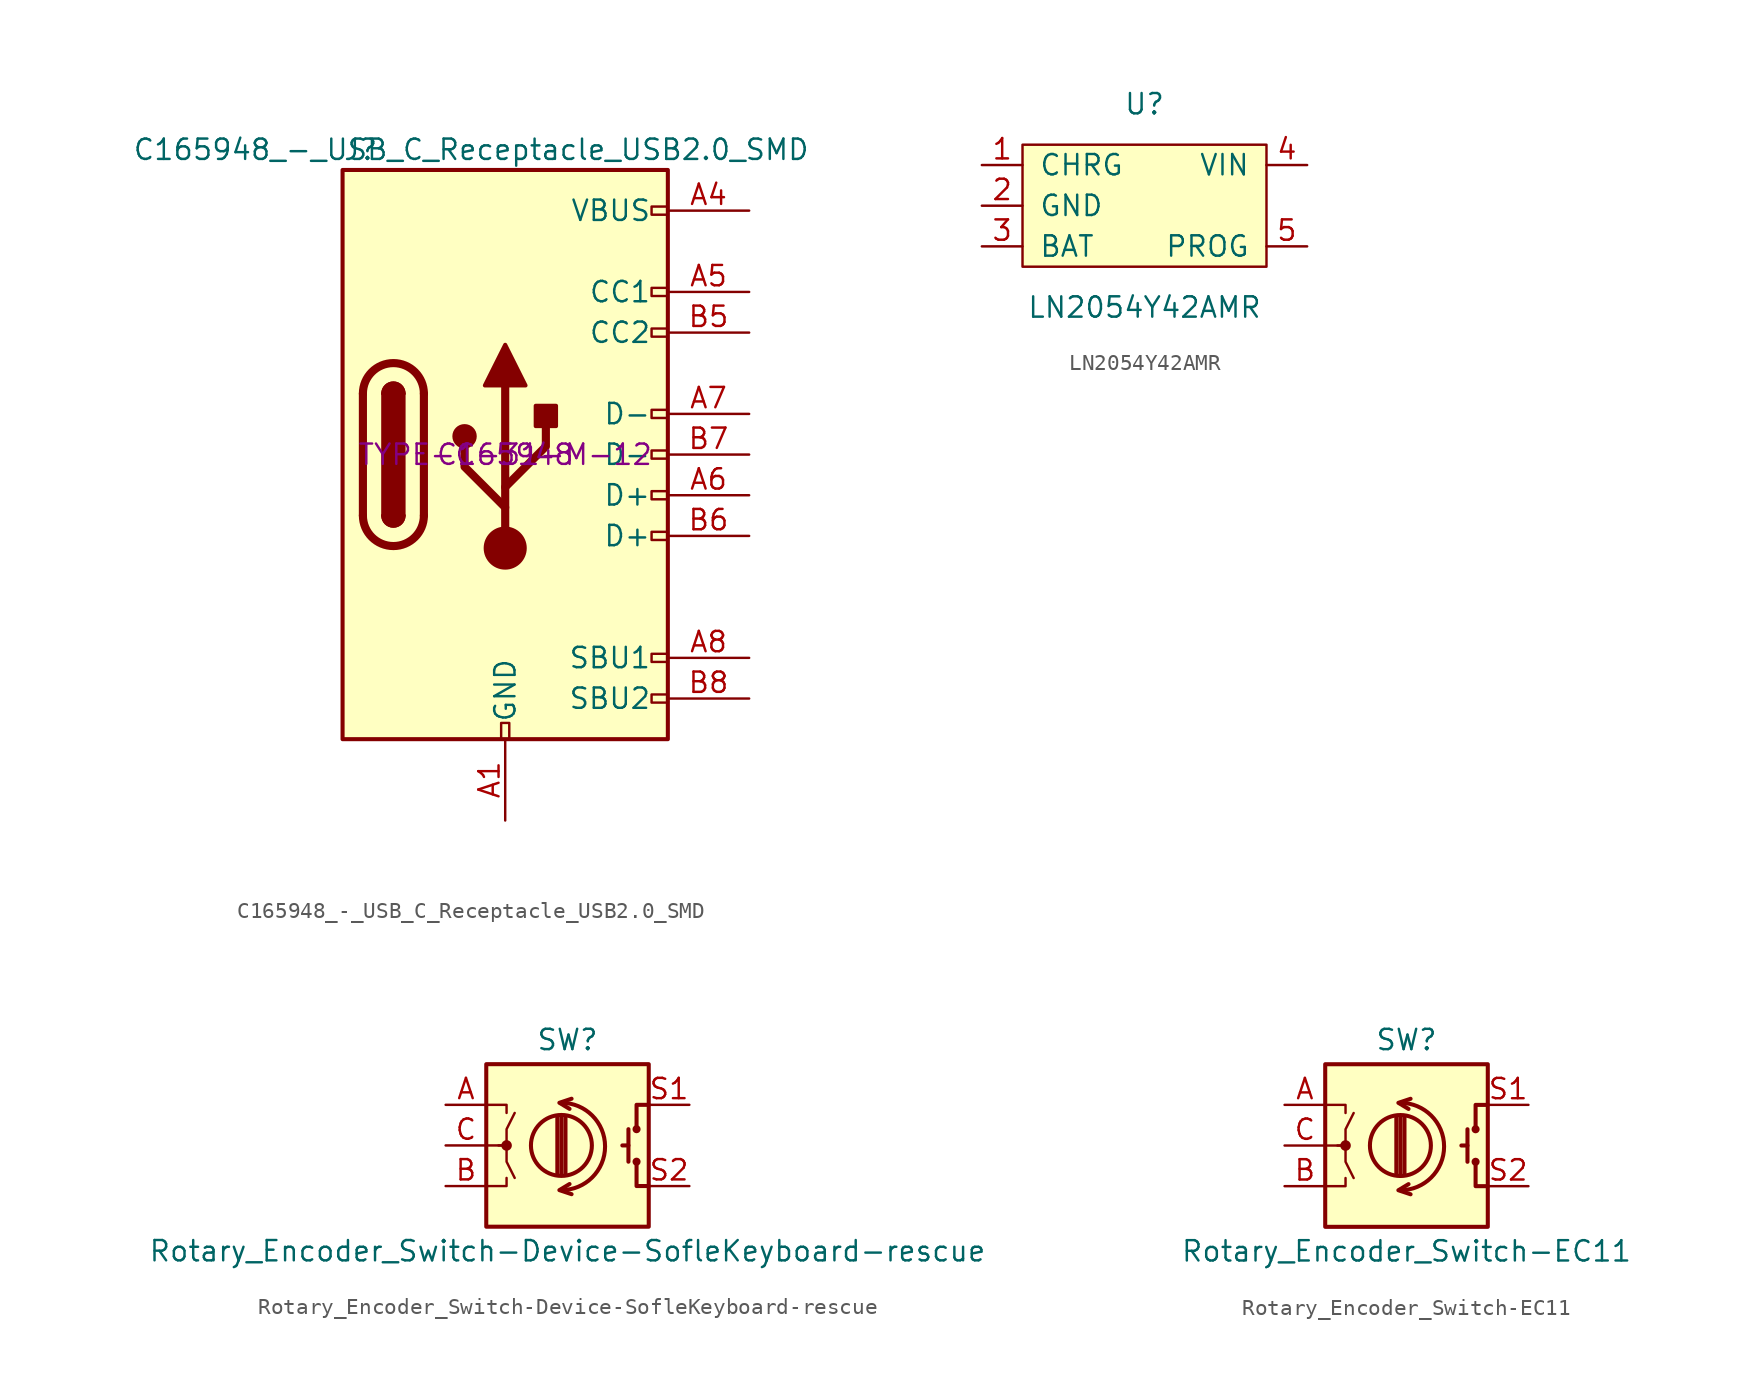
<source format=kicad_sym>
(kicad_symbol_lib
  (version 20211014)
  (generator kicad_symbol_editor)
  (symbol "C165948_-_USB_C_Receptacle_USB2.0_SMD"
    (pin_names
      (offset 1.016))
    (property "Reference" "J"
      (at -10.16 19.05 0)
      (effects (font (size 1.27 1.27)) (justify left)))
    (property "Value" "C165948_-_USB_C_Receptacle_USB2.0_SMD"
      (at 19.05 19.05 0)
      (effects (font (size 1.27 1.27)) (justify right)))
    (property "Manufacturer PN" "TYPE-C-31-M-12"
      (at 0 0 0)
      (effects (font (size 1.27 1.27))))
    (property "LCSC PN" "C165948"
      (at 0 0 0)
      (effects (font (size 1.27 1.27))))
    (symbol "C165948_-_USB_C_Receptacle_USB2.0_SMD_0_0"
      (rectangle (start -0.254 -17.78) (end 0.254 -16.764) (stroke (width 0) (type default) (color 0 0 0 0)) (fill (type none)))
      (rectangle (start 10.16 -14.986) (end 9.144 -15.494) (stroke (width 0) (type default) (color 0 0 0 0)) (fill (type none)))
      (rectangle (start 10.16 -12.446) (end 9.144 -12.954) (stroke (width 0) (type default) (color 0 0 0 0)) (fill (type none)))
      (rectangle (start 10.16 -4.826) (end 9.144 -5.334) (stroke (width 0) (type default) (color 0 0 0 0)) (fill (type none)))
      (rectangle (start 10.16 -2.286) (end 9.144 -2.794) (stroke (width 0) (type default) (color 0 0 0 0)) (fill (type none)))
      (rectangle (start 10.16 0.254) (end 9.144 -0.254) (stroke (width 0) (type default) (color 0 0 0 0)) (fill (type none)))
      (rectangle (start 10.16 2.794) (end 9.144 2.286) (stroke (width 0) (type default) (color 0 0 0 0)) (fill (type none)))
      (rectangle (start 10.16 7.874) (end 9.144 7.366) (stroke (width 0) (type default) (color 0 0 0 0)) (fill (type none)))
      (rectangle (start 10.16 10.414) (end 9.144 9.906) (stroke (width 0) (type default) (color 0 0 0 0)) (fill (type none)))
      (rectangle (start 10.16 15.494) (end 9.144 14.986) (stroke (width 0) (type default) (color 0 0 0 0)) (fill (type none))))
    (symbol "C165948_-_USB_C_Receptacle_USB2.0_SMD_0_1"
      (rectangle (start -10.16 17.78) (end 10.16 -17.78) (stroke (width 0.254) (type default) (color 0 0 0 0)) (fill (type background)))
      (arc (start -8.89 -3.81) (mid -6.985 -5.715) (end -5.08 -3.81) (stroke (width 0.508) (type default) (color 0 0 0 0)) (fill (type none)))
      (arc (start -7.62 -3.81) (mid -6.985 -4.445) (end -6.35 -3.81) (stroke (width 0.254) (type default) (color 0 0 0 0)) (fill (type none)))
      (arc (start -7.62 -3.81) (mid -6.985 -4.445) (end -6.35 -3.81) (stroke (width 0.254) (type default) (color 0 0 0 0)) (fill (type outline)))
      (rectangle (start -7.62 -3.81) (end -6.35 3.81) (stroke (width 0.254) (type default) (color 0 0 0 0)) (fill (type outline)))
      (arc (start -6.35 3.81) (mid -6.985 4.445) (end -7.62 3.81) (stroke (width 0.254) (type default) (color 0 0 0 0)) (fill (type none)))
      (arc (start -6.35 3.81) (mid -6.985 4.445) (end -7.62 3.81) (stroke (width 0.254) (type default) (color 0 0 0 0)) (fill (type outline)))
      (arc (start -5.08 3.81) (mid -6.985 5.715) (end -8.89 3.81) (stroke (width 0.508) (type default) (color 0 0 0 0)) (fill (type none)))
      (circle (center -2.54 1.143) (radius 0.635) (stroke (width 0.254) (type default) (color 0 0 0 0)) (fill (type outline)))
      (circle (center 0 -5.842) (radius 1.27) (stroke (width 0) (type default) (color 0 0 0 0)) (fill (type outline)))
      (polyline (pts (xy -8.89 -3.81) (xy -8.89 3.81)) (stroke (width 0.508) (type default) (color 0 0 0 0)) (fill (type none)))
      (polyline (pts (xy -5.08 3.81) (xy -5.08 -3.81)) (stroke (width 0.508) (type default) (color 0 0 0 0)) (fill (type none)))
      (polyline (pts (xy 0 -5.842) (xy 0 4.318)) (stroke (width 0.508) (type default) (color 0 0 0 0)) (fill (type none)))
      (polyline (pts (xy 0 -3.302) (xy -2.54 -0.762) (xy -2.54 0.508)) (stroke (width 0.508) (type default) (color 0 0 0 0)) (fill (type none)))
      (polyline (pts (xy 0 -2.032) (xy 2.54 0.508) (xy 2.54 1.778)) (stroke (width 0.508) (type default) (color 0 0 0 0)) (fill (type none)))
      (polyline (pts (xy -1.27 4.318) (xy 0 6.858) (xy 1.27 4.318) (xy -1.27 4.318)) (stroke (width 0.254) (type default) (color 0 0 0 0)) (fill (type outline)))
      (rectangle (start 1.905 1.778) (end 3.175 3.048) (stroke (width 0.254) (type default) (color 0 0 0 0)) (fill (type outline))))
    (symbol "C165948_-_USB_C_Receptacle_USB2.0_SMD_1_1"
      (pin passive line (at 0 -22.86 90) (length 5.08) (name "GND" (effects (font (size 1.27 1.27)))) (number "A1" (effects (font (size 1.27 1.27)))))
      (pin passive line (at 0 -22.86 90) (length 5.08) hide (name "GND" (effects (font (size 1.27 1.27)))) (number "A12" (effects (font (size 1.27 1.27)))))
      (pin passive line (at 15.24 15.24 180) (length 5.08) (name "VBUS" (effects (font (size 1.27 1.27)))) (number "A4" (effects (font (size 1.27 1.27)))))
      (pin bidirectional line (at 15.24 10.16 180) (length 5.08) (name "CC1" (effects (font (size 1.27 1.27)))) (number "A5" (effects (font (size 1.27 1.27)))))
      (pin bidirectional line (at 15.24 -2.54 180) (length 5.08) (name "D+" (effects (font (size 1.27 1.27)))) (number "A6" (effects (font (size 1.27 1.27)))))
      (pin bidirectional line (at 15.24 2.54 180) (length 5.08) (name "D-" (effects (font (size 1.27 1.27)))) (number "A7" (effects (font (size 1.27 1.27)))))
      (pin bidirectional line (at 15.24 -12.7 180) (length 5.08) (name "SBU1" (effects (font (size 1.27 1.27)))) (number "A8" (effects (font (size 1.27 1.27)))))
      (pin passive line (at 15.24 15.24 180) (length 5.08) hide (name "VBUS" (effects (font (size 1.27 1.27)))) (number "A9" (effects (font (size 1.27 1.27)))))
      (pin passive line (at 0 -22.86 90) (length 5.08) hide (name "GND" (effects (font (size 1.27 1.27)))) (number "B1" (effects (font (size 1.27 1.27)))))
      (pin passive line (at 0 -22.86 90) (length 5.08) hide (name "GND" (effects (font (size 1.27 1.27)))) (number "B12" (effects (font (size 1.27 1.27)))))
      (pin passive line (at 15.24 15.24 180) (length 5.08) hide (name "VBUS" (effects (font (size 1.27 1.27)))) (number "B4" (effects (font (size 1.27 1.27)))))
      (pin bidirectional line (at 15.24 7.62 180) (length 5.08) (name "CC2" (effects (font (size 1.27 1.27)))) (number "B5" (effects (font (size 1.27 1.27)))))
      (pin bidirectional line (at 15.24 -5.08 180) (length 5.08) (name "D+" (effects (font (size 1.27 1.27)))) (number "B6" (effects (font (size 1.27 1.27)))))
      (pin bidirectional line (at 15.24 0 180) (length 5.08) (name "D-" (effects (font (size 1.27 1.27)))) (number "B7" (effects (font (size 1.27 1.27)))))
      (pin bidirectional line (at 15.24 -15.24 180) (length 5.08) (name "SBU2" (effects (font (size 1.27 1.27)))) (number "B8" (effects (font (size 1.27 1.27)))))
      (pin passive line (at 15.24 15.24 180) (length 5.08) hide (name "VBUS" (effects (font (size 1.27 1.27)))) (number "B9" (effects (font (size 1.27 1.27)))))))
  (symbol "LN2054Y42AMR"
    (pin_names
      (offset 1.016))
    (property "Reference" "U"
      (at 0 6.35 0)
      (effects (font (size 1.27 1.27))))
    (property "Value" "LN2054Y42AMR"
      (at 0 -6.35 0)
      (effects (font (size 1.27 1.27))))
    (symbol "LN2054Y42AMR_0_1"
      (rectangle (start 7.62 -3.81) (end -7.62 3.81) (stroke (width 0) (type default) (color 0 0 0 0)) (fill (type background))))
    (symbol "LN2054Y42AMR_1_1"
      (pin output line (at -10.16 2.54 0) (length 2.54) (name "CHRG" (effects (font (size 1.27 1.27)))) (number "1" (effects (font (size 1.27 1.27)))))
      (pin power_in line (at -10.16 0 0) (length 2.54) (name "GND" (effects (font (size 1.27 1.27)))) (number "2" (effects (font (size 1.27 1.27)))))
      (pin power_out line (at -10.16 -2.54 0) (length 2.54) (name "BAT" (effects (font (size 1.27 1.27)))) (number "3" (effects (font (size 1.27 1.27)))))
      (pin power_in line (at 10.16 2.54 180) (length 2.54) (name "VIN" (effects (font (size 1.27 1.27)))) (number "4" (effects (font (size 1.27 1.27)))))
      (pin input line (at 10.16 -2.54 180) (length 2.54) (name "PROG" (effects (font (size 1.27 1.27)))) (number "5" (effects (font (size 1.27 1.27)))))))
  (symbol "Rotary_Encoder_Switch-Device-SofleKeyboard-rescue"
    (pin_names
      (offset 0.254) hide)
    (property "Reference" "SW"
      (at 0 6.604 0)
      (effects (font (size 1.27 1.27))))
    (property "Value" "Rotary_Encoder_Switch-Device-SofleKeyboard-rescue"
      (at 0 -6.604 0)
      (effects (font (size 1.27 1.27))))
    (symbol "Rotary_Encoder_Switch-Device-SofleKeyboard-rescue_0_1"
      (rectangle (start -5.08 5.08) (end 5.08 -5.08) (stroke (width 0.254) (type default) (color 0 0 0 0)) (fill (type background)))
      (circle (center -3.81 0) (radius 0.254) (stroke (width 0) (type default) (color 0 0 0 0)) (fill (type outline)))
      (arc (start -0.381 -2.794) (mid 2.3622 -0.0508) (end -0.381 2.667) (stroke (width 0.254) (type default) (color 0 0 0 0)) (fill (type none)))
      (circle (center -0.381 0) (radius 1.905) (stroke (width 0.254) (type default) (color 0 0 0 0)) (fill (type none)))
      (polyline (pts (xy -0.635 -1.778) (xy -0.635 1.778)) (stroke (width 0.254) (type default) (color 0 0 0 0)) (fill (type none)))
      (polyline (pts (xy -0.381 -1.778) (xy -0.381 1.778)) (stroke (width 0.254) (type default) (color 0 0 0 0)) (fill (type none)))
      (polyline (pts (xy -0.127 1.778) (xy -0.127 -1.778)) (stroke (width 0.254) (type default) (color 0 0 0 0)) (fill (type none)))
      (polyline (pts (xy 3.81 0) (xy 3.429 0)) (stroke (width 0.254) (type default) (color 0 0 0 0)) (fill (type none)))
      (polyline (pts (xy 3.81 1.016) (xy 3.81 -1.016)) (stroke (width 0.254) (type default) (color 0 0 0 0)) (fill (type none)))
      (polyline (pts (xy -5.08 -2.54) (xy -3.81 -2.54) (xy -3.81 -2.032)) (stroke (width 0) (type default) (color 0 0 0 0)) (fill (type none)))
      (polyline (pts (xy -5.08 2.54) (xy -3.81 2.54) (xy -3.81 2.032)) (stroke (width 0) (type default) (color 0 0 0 0)) (fill (type none)))
      (polyline (pts (xy 0.254 -3.048) (xy -0.508 -2.794) (xy 0.127 -2.413)) (stroke (width 0.254) (type default) (color 0 0 0 0)) (fill (type none)))
      (polyline (pts (xy 0.254 2.921) (xy -0.508 2.667) (xy 0.127 2.286)) (stroke (width 0.254) (type default) (color 0 0 0 0)) (fill (type none)))
      (polyline (pts (xy 5.08 -2.54) (xy 4.318 -2.54) (xy 4.318 -1.016)) (stroke (width 0.254) (type default) (color 0 0 0 0)) (fill (type none)))
      (polyline (pts (xy 5.08 2.54) (xy 4.318 2.54) (xy 4.318 1.016)) (stroke (width 0.254) (type default) (color 0 0 0 0)) (fill (type none)))
      (polyline (pts (xy -5.08 0) (xy -3.81 0) (xy -3.81 -1.016) (xy -3.302 -2.032)) (stroke (width 0) (type default) (color 0 0 0 0)) (fill (type none)))
      (polyline (pts (xy -4.318 0) (xy -3.81 0) (xy -3.81 1.016) (xy -3.302 2.032)) (stroke (width 0) (type default) (color 0 0 0 0)) (fill (type none)))
      (circle (center 4.318 -1.016) (radius 0.127) (stroke (width 0.254) (type default) (color 0 0 0 0)) (fill (type none)))
      (circle (center 4.318 1.016) (radius 0.127) (stroke (width 0.254) (type default) (color 0 0 0 0)) (fill (type none))))
    (symbol "Rotary_Encoder_Switch-Device-SofleKeyboard-rescue_1_1"
      (pin passive line (at -7.62 2.54 0) (length 2.54) (name "A" (effects (font (size 1.27 1.27)))) (number "A" (effects (font (size 1.27 1.27)))))
      (pin passive line (at -7.62 -2.54 0) (length 2.54) (name "B" (effects (font (size 1.27 1.27)))) (number "B" (effects (font (size 1.27 1.27)))))
      (pin passive line (at -7.62 0 0) (length 2.54) (name "C" (effects (font (size 1.27 1.27)))) (number "C" (effects (font (size 1.27 1.27)))))
      (pin passive line (at 7.62 2.54 180) (length 2.54) (name "S1" (effects (font (size 1.27 1.27)))) (number "S1" (effects (font (size 1.27 1.27)))))
      (pin passive line (at 7.62 -2.54 180) (length 2.54) (name "S2" (effects (font (size 1.27 1.27)))) (number "S2" (effects (font (size 1.27 1.27)))))))
  (symbol "Rotary_Encoder_Switch-EC11"
    (pin_names
      (offset 0.254) hide)
    (property "Reference" "SW"
      (at 0 6.604 0)
      (effects (font (size 1.27 1.27))))
    (property "Value" "Rotary_Encoder_Switch-EC11"
      (at 0 -6.604 0)
      (effects (font (size 1.27 1.27))))
    (symbol "Rotary_Encoder_Switch-EC11_0_1"
      (rectangle (start -5.08 5.08) (end 5.08 -5.08) (stroke (width 0.254) (type default) (color 0 0 0 0)) (fill (type background)))
      (circle (center -3.81 0) (radius 0.254) (stroke (width 0) (type default) (color 0 0 0 0)) (fill (type outline)))
      (arc (start -0.381 -2.794) (mid 2.3622 -0.0508) (end -0.381 2.667) (stroke (width 0.254) (type default) (color 0 0 0 0)) (fill (type none)))
      (circle (center -0.381 0) (radius 1.905) (stroke (width 0.254) (type default) (color 0 0 0 0)) (fill (type none)))
      (polyline (pts (xy -0.635 -1.778) (xy -0.635 1.778)) (stroke (width 0.254) (type default) (color 0 0 0 0)) (fill (type none)))
      (polyline (pts (xy -0.381 -1.778) (xy -0.381 1.778)) (stroke (width 0.254) (type default) (color 0 0 0 0)) (fill (type none)))
      (polyline (pts (xy -0.127 1.778) (xy -0.127 -1.778)) (stroke (width 0.254) (type default) (color 0 0 0 0)) (fill (type none)))
      (polyline (pts (xy 3.81 0) (xy 3.429 0)) (stroke (width 0.254) (type default) (color 0 0 0 0)) (fill (type none)))
      (polyline (pts (xy 3.81 1.016) (xy 3.81 -1.016)) (stroke (width 0.254) (type default) (color 0 0 0 0)) (fill (type none)))
      (polyline (pts (xy -5.08 -2.54) (xy -3.81 -2.54) (xy -3.81 -2.032)) (stroke (width 0) (type default) (color 0 0 0 0)) (fill (type none)))
      (polyline (pts (xy -5.08 2.54) (xy -3.81 2.54) (xy -3.81 2.032)) (stroke (width 0) (type default) (color 0 0 0 0)) (fill (type none)))
      (polyline (pts (xy 0.254 -3.048) (xy -0.508 -2.794) (xy 0.127 -2.413)) (stroke (width 0.254) (type default) (color 0 0 0 0)) (fill (type none)))
      (polyline (pts (xy 0.254 2.921) (xy -0.508 2.667) (xy 0.127 2.286)) (stroke (width 0.254) (type default) (color 0 0 0 0)) (fill (type none)))
      (polyline (pts (xy 5.08 -2.54) (xy 4.318 -2.54) (xy 4.318 -1.016)) (stroke (width 0.254) (type default) (color 0 0 0 0)) (fill (type none)))
      (polyline (pts (xy 5.08 2.54) (xy 4.318 2.54) (xy 4.318 1.016)) (stroke (width 0.254) (type default) (color 0 0 0 0)) (fill (type none)))
      (polyline (pts (xy -5.08 0) (xy -3.81 0) (xy -3.81 -1.016) (xy -3.302 -2.032)) (stroke (width 0) (type default) (color 0 0 0 0)) (fill (type none)))
      (polyline (pts (xy -4.318 0) (xy -3.81 0) (xy -3.81 1.016) (xy -3.302 2.032)) (stroke (width 0) (type default) (color 0 0 0 0)) (fill (type none)))
      (circle (center 4.318 -1.016) (radius 0.127) (stroke (width 0.254) (type default) (color 0 0 0 0)) (fill (type none)))
      (circle (center 4.318 1.016) (radius 0.127) (stroke (width 0.254) (type default) (color 0 0 0 0)) (fill (type none))))
    (symbol "Rotary_Encoder_Switch-EC11_1_1"
      (pin passive line (at -7.62 2.54 0) (length 2.54) (name "A" (effects (font (size 1.27 1.27)))) (number "A" (effects (font (size 1.27 1.27)))))
      (pin passive line (at -7.62 -2.54 0) (length 2.54) (name "B" (effects (font (size 1.27 1.27)))) (number "B" (effects (font (size 1.27 1.27)))))
      (pin passive line (at -7.62 0 0) (length 2.54) (name "C" (effects (font (size 1.27 1.27)))) (number "C" (effects (font (size 1.27 1.27)))))
      (pin passive line (at 7.62 2.54 180) (length 2.54) (name "S1" (effects (font (size 1.27 1.27)))) (number "S1" (effects (font (size 1.27 1.27)))))
      (pin passive line (at 7.62 -2.54 180) (length 2.54) (name "S2" (effects (font (size 1.27 1.27)))) (number "S2" (effects (font (size 1.27 1.27))))))))
</source>
